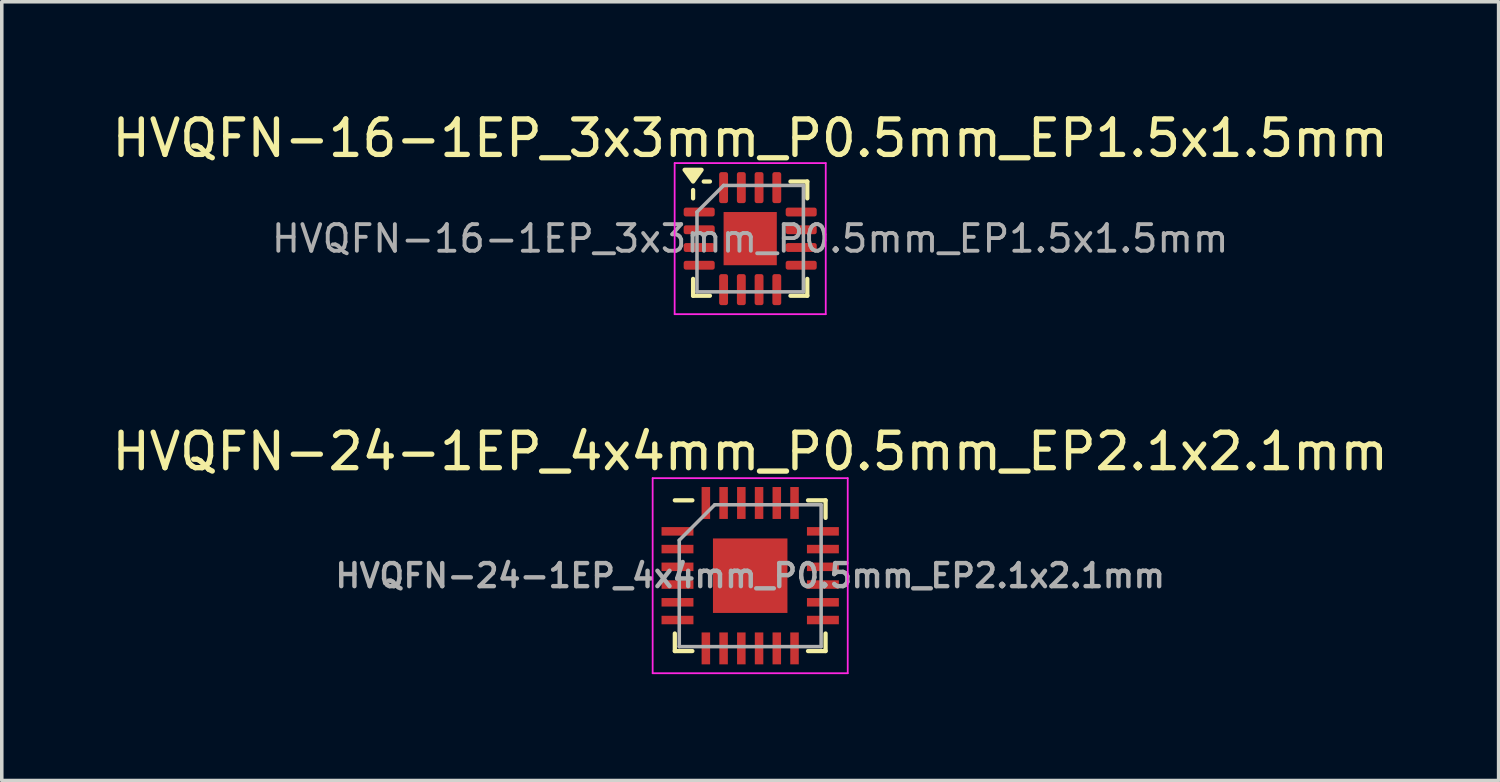
<source format=kicad_pcb>
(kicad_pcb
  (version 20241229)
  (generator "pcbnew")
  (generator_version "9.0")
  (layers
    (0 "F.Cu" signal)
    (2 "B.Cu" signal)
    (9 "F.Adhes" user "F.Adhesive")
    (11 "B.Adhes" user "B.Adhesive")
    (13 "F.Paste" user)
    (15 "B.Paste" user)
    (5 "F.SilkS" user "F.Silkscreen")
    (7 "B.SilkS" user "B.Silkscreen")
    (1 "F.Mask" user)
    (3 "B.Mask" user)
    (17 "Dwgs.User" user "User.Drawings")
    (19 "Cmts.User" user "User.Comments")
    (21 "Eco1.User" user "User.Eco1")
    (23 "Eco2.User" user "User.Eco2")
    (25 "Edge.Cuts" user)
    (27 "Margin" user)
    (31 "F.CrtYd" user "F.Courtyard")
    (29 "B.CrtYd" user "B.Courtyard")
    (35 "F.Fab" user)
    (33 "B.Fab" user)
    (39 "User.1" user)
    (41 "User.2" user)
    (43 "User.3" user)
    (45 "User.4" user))
  (footprint "HVQFN-16-1EP_3x3mm_P0.5mm_EP1.5x1.5mm"
    (layer "F.Cu")
    (at 18.101 3.678)
    (property "Reference" "HVQFN-16-1EP_3x3mm_P0.5mm_EP1.5x1.5mm" (at 0 -2.83 0) (layer "F.SilkS") (effects (font (size 1 1) (thickness 0.15))))
    (attr smd)
    (fp_line (start -1.61 -1.135) (end -1.61 -1.37) (stroke (width 0.12) (type solid)) (layer "F.SilkS"))
    (fp_line (start -1.61 1.61) (end -1.61 1.135) (stroke (width 0.12) (type solid)) (layer "F.SilkS"))
    (fp_line (start -1.135 -1.61) (end -1.31 -1.61) (stroke (width 0.12) (type solid)) (layer "F.SilkS"))
    (fp_line (start -1.135 1.61) (end -1.61 1.61) (stroke (width 0.12) (type solid)) (layer "F.SilkS"))
    (fp_line (start 1.135 -1.61) (end 1.61 -1.61) (stroke (width 0.12) (type solid)) (layer "F.SilkS"))
    (fp_line (start 1.135 1.61) (end 1.61 1.61) (stroke (width 0.12) (type solid)) (layer "F.SilkS"))
    (fp_line (start 1.61 -1.61) (end 1.61 -1.135) (stroke (width 0.12) (type solid)) (layer "F.SilkS"))
    (fp_line (start 1.61 1.61) (end 1.61 1.135) (stroke (width 0.12) (type solid)) (layer "F.SilkS"))
    (fp_poly (pts (xy -1.61 -1.61) (xy -1.85 -1.94) (xy -1.37 -1.94) (xy -1.61 -1.61)) (stroke (width 0.12) (type solid)) (fill yes) (layer "F.SilkS"))
    (fp_line (start -2.13 -2.13) (end -2.13 2.13) (stroke (width 0.05) (type solid)) (layer "F.CrtYd"))
    (fp_line (start -2.13 2.13) (end 2.13 2.13) (stroke (width 0.05) (type solid)) (layer "F.CrtYd"))
    (fp_line (start 2.13 -2.13) (end -2.13 -2.13) (stroke (width 0.05) (type solid)) (layer "F.CrtYd"))
    (fp_line (start 2.13 2.13) (end 2.13 -2.13) (stroke (width 0.05) (type solid)) (layer "F.CrtYd"))
    (fp_line (start -1.5 -0.75) (end -0.75 -1.5) (stroke (width 0.1) (type solid)) (layer "F.Fab"))
    (fp_line (start -1.5 1.5) (end -1.5 -0.75) (stroke (width 0.1) (type solid)) (layer "F.Fab"))
    (fp_line (start -0.75 -1.5) (end 1.5 -1.5) (stroke (width 0.1) (type solid)) (layer "F.Fab"))
    (fp_line (start 1.5 -1.5) (end 1.5 1.5) (stroke (width 0.1) (type solid)) (layer "F.Fab"))
    (fp_line (start 1.5 1.5) (end -1.5 1.5) (stroke (width 0.1) (type solid)) (layer "F.Fab"))
    (fp_text user "${REFERENCE}" (at 0 0 0) (layer "F.Fab") (effects (font (size 0.75 0.75) (thickness 0.11))))
    (pad "" smd roundrect (at -0.375 -0.375) (size 0.6 0.6) (layers "F.Paste") (roundrect_rratio 0.25))
    (pad "" smd roundrect (at -0.375 0.375) (size 0.6 0.6) (layers "F.Paste") (roundrect_rratio 0.25))
    (pad "" smd roundrect (at 0.375 -0.375) (size 0.6 0.6) (layers "F.Paste") (roundrect_rratio 0.25))
    (pad "" smd roundrect (at 0.375 0.375) (size 0.6 0.6) (layers "F.Paste") (roundrect_rratio 0.25))
    (pad "1" smd roundrect (at -1.438 -0.75) (size 0.875 0.25) (layers "F.Cu" "F.Mask" "F.Paste") (roundrect_rratio 0.25))
    (pad "2" smd roundrect (at -1.438 -0.25) (size 0.875 0.25) (layers "F.Cu" "F.Mask" "F.Paste") (roundrect_rratio 0.25))
    (pad "3" smd roundrect (at -1.438 0.25) (size 0.875 0.25) (layers "F.Cu" "F.Mask" "F.Paste") (roundrect_rratio 0.25))
    (pad "4" smd roundrect (at -1.438 0.75) (size 0.875 0.25) (layers "F.Cu" "F.Mask" "F.Paste") (roundrect_rratio 0.25))
    (pad "5" smd roundrect (at -0.75 1.438) (size 0.25 0.875) (layers "F.Cu" "F.Mask" "F.Paste") (roundrect_rratio 0.25))
    (pad "6" smd roundrect (at -0.25 1.438) (size 0.25 0.875) (layers "F.Cu" "F.Mask" "F.Paste") (roundrect_rratio 0.25))
    (pad "7" smd roundrect (at 0.25 1.438) (size 0.25 0.875) (layers "F.Cu" "F.Mask" "F.Paste") (roundrect_rratio 0.25))
    (pad "8" smd roundrect (at 0.75 1.438) (size 0.25 0.875) (layers "F.Cu" "F.Mask" "F.Paste") (roundrect_rratio 0.25))
    (pad "9" smd roundrect (at 1.438 0.75) (size 0.875 0.25) (layers "F.Cu" "F.Mask" "F.Paste") (roundrect_rratio 0.25))
    (pad "10" smd roundrect (at 1.438 0.25) (size 0.875 0.25) (layers "F.Cu" "F.Mask" "F.Paste") (roundrect_rratio 0.25))
    (pad "11" smd roundrect (at 1.438 -0.25) (size 0.875 0.25) (layers "F.Cu" "F.Mask" "F.Paste") (roundrect_rratio 0.25))
    (pad "12" smd roundrect (at 1.438 -0.75) (size 0.875 0.25) (layers "F.Cu" "F.Mask" "F.Paste") (roundrect_rratio 0.25))
    (pad "13" smd roundrect (at 0.75 -1.438) (size 0.25 0.875) (layers "F.Cu" "F.Mask" "F.Paste") (roundrect_rratio 0.25))
    (pad "14" smd roundrect (at 0.25 -1.438) (size 0.25 0.875) (layers "F.Cu" "F.Mask" "F.Paste") (roundrect_rratio 0.25))
    (pad "15" smd roundrect (at -0.25 -1.438) (size 0.25 0.875) (layers "F.Cu" "F.Mask" "F.Paste") (roundrect_rratio 0.25))
    (pad "16" smd roundrect (at -0.75 -1.438) (size 0.25 0.875) (layers "F.Cu" "F.Mask" "F.Paste") (roundrect_rratio 0.25))
    (pad "17" smd rect (at 0 0) (size 1.5 1.5) (property pad_prop_heatsink) (layers "F.Cu" "F.Mask")))
  (footprint "HVQFN-24-1EP_4x4mm_P0.5mm_EP2.1x2.1mm"
    (layer "F.Cu")
    (at 18.101 13.181)
    (property "Reference" "HVQFN-24-1EP_4x4mm_P0.5mm_EP2.1x2.1mm" (at 0 -3.5 0) (layer "F.SilkS") (effects (font (size 1 1) (thickness 0.15))))
    (attr smd)
    (fp_line (start -2.125 -2.125) (end -1.63 -2.125) (stroke (width 0.12) (type solid)) (layer "F.SilkS"))
    (fp_line (start -2.125 2.125) (end -2.125 1.63) (stroke (width 0.12) (type solid)) (layer "F.SilkS"))
    (fp_line (start -1.63 2.125) (end -2.125 2.125) (stroke (width 0.12) (type solid)) (layer "F.SilkS"))
    (fp_line (start 1.63 -2.125) (end 2.125 -2.125) (stroke (width 0.12) (type solid)) (layer "F.SilkS"))
    (fp_line (start 1.63 2.125) (end 2.125 2.125) (stroke (width 0.12) (type solid)) (layer "F.SilkS"))
    (fp_line (start 2.125 -2.125) (end 2.125 -1.63) (stroke (width 0.12) (type solid)) (layer "F.SilkS"))
    (fp_line (start 2.125 2.125) (end 2.125 1.63) (stroke (width 0.12) (type solid)) (layer "F.SilkS"))
    (fp_line (start -2.75 -2.75) (end -2.75 2.75) (stroke (width 0.05) (type solid)) (layer "F.CrtYd"))
    (fp_line (start -2.75 2.75) (end 2.75 2.75) (stroke (width 0.05) (type solid)) (layer "F.CrtYd"))
    (fp_line (start 2.75 -2.75) (end -2.75 -2.75) (stroke (width 0.05) (type solid)) (layer "F.CrtYd"))
    (fp_line (start 2.75 2.75) (end 2.75 -2.75) (stroke (width 0.05) (type solid)) (layer "F.CrtYd"))
    (fp_line (start -2 -1) (end -1 -2) (stroke (width 0.1) (type solid)) (layer "F.Fab"))
    (fp_line (start -2 2) (end -2 -1) (stroke (width 0.1) (type solid)) (layer "F.Fab"))
    (fp_line (start -1 -2) (end 2 -2) (stroke (width 0.1) (type solid)) (layer "F.Fab"))
    (fp_line (start 2 -2) (end 2 2) (stroke (width 0.1) (type solid)) (layer "F.Fab"))
    (fp_line (start 2 2) (end -2 2) (stroke (width 0.1) (type solid)) (layer "F.Fab"))
    (fp_text user "${REFERENCE}" (at 0 0 0) (layer "F.Fab") (effects (font (size 0.65 0.65) (thickness 0.125))))
    (pad "" smd rect (at -0.7 -0.7) (size 0.56 0.56) (layers "F.Paste"))
    (pad "" smd rect (at -0.7 0) (size 0.56 0.56) (layers "F.Paste"))
    (pad "" smd rect (at -0.7 0.7) (size 0.56 0.56) (layers "F.Paste"))
    (pad "" smd rect (at 0 -0.7) (size 0.56 0.56) (layers "F.Paste"))
    (pad "" smd rect (at 0 0) (size 0.56 0.56) (layers "F.Paste"))
    (pad "" smd rect (at 0 0.7) (size 0.56 0.56) (layers "F.Paste"))
    (pad "" smd rect (at 0.7 -0.7) (size 0.56 0.56) (layers "F.Paste"))
    (pad "" smd rect (at 0.7 0) (size 0.56 0.56) (layers "F.Paste"))
    (pad "" smd rect (at 0.7 0.7) (size 0.56 0.56) (layers "F.Paste"))
    (pad "1" smd rect (at -2.05 -1.25) (size 0.9 0.24) (layers "F.Cu" "F.Mask" "F.Paste"))
    (pad "2" smd rect (at -2.05 -0.75) (size 0.9 0.24) (layers "F.Cu" "F.Mask" "F.Paste"))
    (pad "3" smd rect (at -2.05 -0.25) (size 0.9 0.24) (layers "F.Cu" "F.Mask" "F.Paste"))
    (pad "4" smd rect (at -2.05 0.25) (size 0.9 0.24) (layers "F.Cu" "F.Mask" "F.Paste"))
    (pad "5" smd rect (at -2.05 0.75) (size 0.9 0.24) (layers "F.Cu" "F.Mask" "F.Paste"))
    (pad "6" smd rect (at -2.05 1.25) (size 0.9 0.24) (layers "F.Cu" "F.Mask" "F.Paste"))
    (pad "7" smd rect (at -1.25 2.05 90) (size 0.9 0.24) (layers "F.Cu" "F.Mask" "F.Paste"))
    (pad "8" smd rect (at -0.75 2.05 90) (size 0.9 0.24) (layers "F.Cu" "F.Mask" "F.Paste"))
    (pad "9" smd rect (at -0.25 2.05 90) (size 0.9 0.24) (layers "F.Cu" "F.Mask" "F.Paste"))
    (pad "10" smd rect (at 0.25 2.05 90) (size 0.9 0.24) (layers "F.Cu" "F.Mask" "F.Paste"))
    (pad "11" smd rect (at 0.75 2.05 90) (size 0.9 0.24) (layers "F.Cu" "F.Mask" "F.Paste"))
    (pad "12" smd rect (at 1.25 2.05 90) (size 0.9 0.24) (layers "F.Cu" "F.Mask" "F.Paste"))
    (pad "13" smd rect (at 2.05 1.25) (size 0.9 0.24) (layers "F.Cu" "F.Mask" "F.Paste"))
    (pad "14" smd rect (at 2.05 0.75) (size 0.9 0.24) (layers "F.Cu" "F.Mask" "F.Paste"))
    (pad "15" smd rect (at 2.05 0.25) (size 0.9 0.24) (layers "F.Cu" "F.Mask" "F.Paste"))
    (pad "16" smd rect (at 2.05 -0.25) (size 0.9 0.24) (layers "F.Cu" "F.Mask" "F.Paste"))
    (pad "17" smd rect (at 2.05 -0.75) (size 0.9 0.24) (layers "F.Cu" "F.Mask" "F.Paste"))
    (pad "18" smd rect (at 2.05 -1.25) (size 0.9 0.24) (layers "F.Cu" "F.Mask" "F.Paste"))
    (pad "19" smd rect (at 1.25 -2.05 90) (size 0.9 0.24) (layers "F.Cu" "F.Mask" "F.Paste"))
    (pad "20" smd rect (at 0.75 -2.05 90) (size 0.9 0.24) (layers "F.Cu" "F.Mask" "F.Paste"))
    (pad "21" smd rect (at 0.25 -2.05 90) (size 0.9 0.24) (layers "F.Cu" "F.Mask" "F.Paste"))
    (pad "22" smd rect (at -0.25 -2.05 90) (size 0.9 0.24) (layers "F.Cu" "F.Mask" "F.Paste"))
    (pad "23" smd rect (at -0.75 -2.05 90) (size 0.9 0.24) (layers "F.Cu" "F.Mask" "F.Paste"))
    (pad "24" smd rect (at -1.25 -2.05 90) (size 0.9 0.24) (layers "F.Cu" "F.Mask" "F.Paste"))
    (pad "25" smd rect (at 0 0) (size 2.1 2.1) (layers "F.Cu" "F.Mask")))
  (gr_rect
    (start -3 -3)
    (end 39.202 18.956)
    (stroke (width 0.1) (type default))
    (fill no)
    (layer "Edge.Cuts")))
</source>
